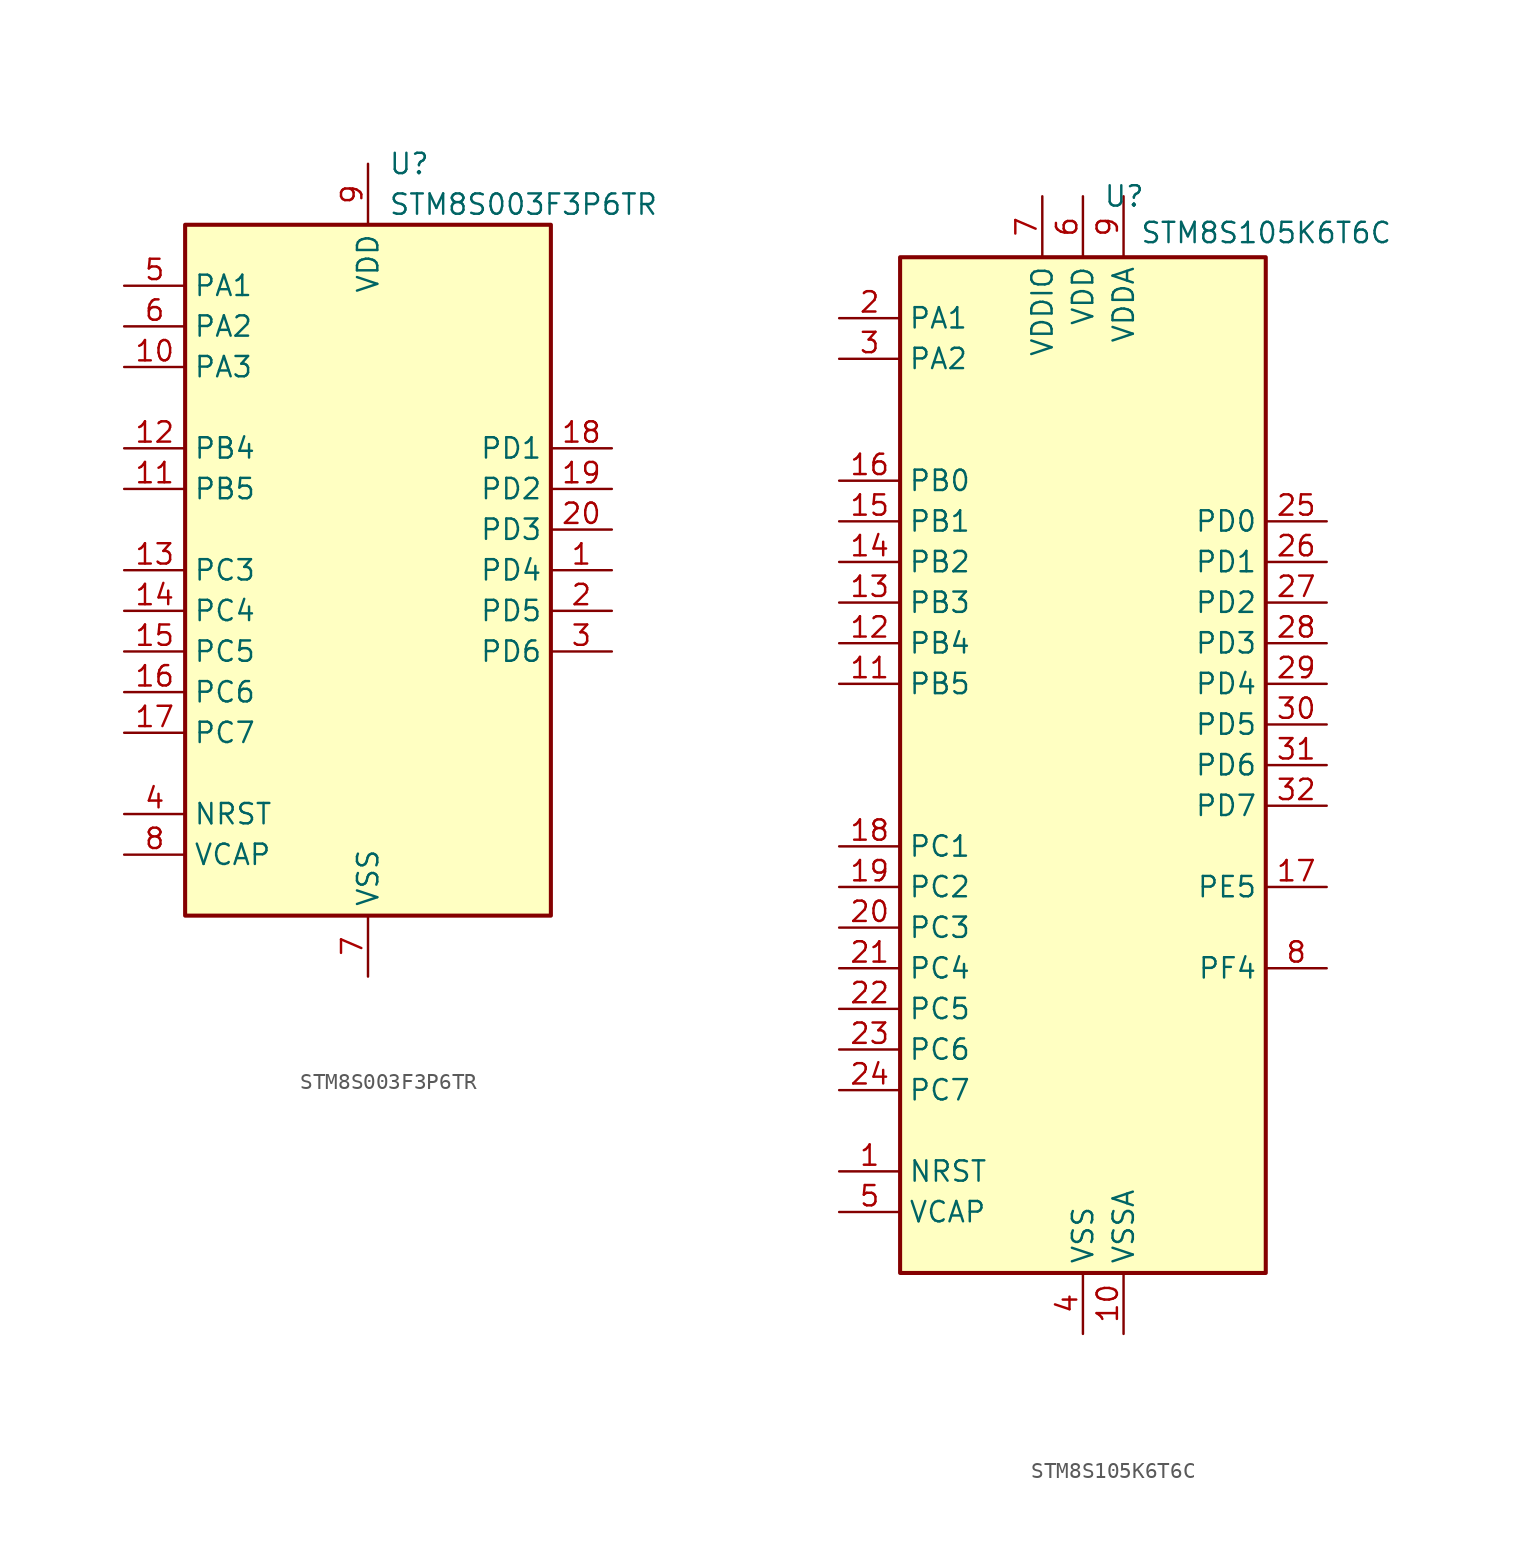
<source format=kicad_sym>
(kicad_symbol_lib
  (version 20231120)
  (generator "kicad_symbol_editor")
  (generator_version "8.0")
  (symbol "STM8S003F3P6TR"
    (property "Reference" "U"
      (at 1.27 25.4 0)
      (effects (font (size 1.27 1.27)) (justify left)))
    (property "Value" "STM8S003F3P6TR"
      (at 1.27 22.86 0)
      (effects (font (size 1.27 1.27)) (justify left)))
    (symbol "STM8S003F3P6TR_0_1"
      (rectangle (start -11.43 21.59) (end 11.43 -21.59) (stroke (width 0.254) (type default)) (fill (type background))))
    (symbol "STM8S003F3P6TR_1_1"
      (pin bidirectional line (at 15.24 0 180) (length 3.81) (name "PD4" (effects (font (size 1.27 1.27)))) (number "1" (effects (font (size 1.27 1.27)))))
      (pin bidirectional line (at -15.24 12.7 0) (length 3.81) (name "PA3" (effects (font (size 1.27 1.27)))) (number "10" (effects (font (size 1.27 1.27)))))
      (pin bidirectional line (at -15.24 5.08 0) (length 3.81) (name "PB5" (effects (font (size 1.27 1.27)))) (number "11" (effects (font (size 1.27 1.27)))))
      (pin bidirectional line (at -15.24 7.62 0) (length 3.81) (name "PB4" (effects (font (size 1.27 1.27)))) (number "12" (effects (font (size 1.27 1.27)))))
      (pin bidirectional line (at -15.24 0 0) (length 3.81) (name "PC3" (effects (font (size 1.27 1.27)))) (number "13" (effects (font (size 1.27 1.27)))))
      (pin bidirectional line (at -15.24 -2.54 0) (length 3.81) (name "PC4" (effects (font (size 1.27 1.27)))) (number "14" (effects (font (size 1.27 1.27)))))
      (pin bidirectional line (at -15.24 -5.08 0) (length 3.81) (name "PC5" (effects (font (size 1.27 1.27)))) (number "15" (effects (font (size 1.27 1.27)))))
      (pin bidirectional line (at -15.24 -7.62 0) (length 3.81) (name "PC6" (effects (font (size 1.27 1.27)))) (number "16" (effects (font (size 1.27 1.27)))))
      (pin bidirectional line (at -15.24 -10.16 0) (length 3.81) (name "PC7" (effects (font (size 1.27 1.27)))) (number "17" (effects (font (size 1.27 1.27)))))
      (pin bidirectional line (at 15.24 7.62 180) (length 3.81) (name "PD1" (effects (font (size 1.27 1.27)))) (number "18" (effects (font (size 1.27 1.27)))))
      (pin bidirectional line (at 15.24 5.08 180) (length 3.81) (name "PD2" (effects (font (size 1.27 1.27)))) (number "19" (effects (font (size 1.27 1.27)))))
      (pin bidirectional line (at 15.24 -2.54 180) (length 3.81) (name "PD5" (effects (font (size 1.27 1.27)))) (number "2" (effects (font (size 1.27 1.27)))))
      (pin bidirectional line (at 15.24 2.54 180) (length 3.81) (name "PD3" (effects (font (size 1.27 1.27)))) (number "20" (effects (font (size 1.27 1.27)))))
      (pin bidirectional line (at 15.24 -5.08 180) (length 3.81) (name "PD6" (effects (font (size 1.27 1.27)))) (number "3" (effects (font (size 1.27 1.27)))))
      (pin input line (at -15.24 -15.24 0) (length 3.81) (name "NRST" (effects (font (size 1.27 1.27)))) (number "4" (effects (font (size 1.27 1.27)))))
      (pin bidirectional line (at -15.24 17.78 0) (length 3.81) (name "PA1" (effects (font (size 1.27 1.27)))) (number "5" (effects (font (size 1.27 1.27)))))
      (pin bidirectional line (at -15.24 15.24 0) (length 3.81) (name "PA2" (effects (font (size 1.27 1.27)))) (number "6" (effects (font (size 1.27 1.27)))))
      (pin power_in line (at 0 -25.4 90) (length 3.81) (name "VSS" (effects (font (size 1.27 1.27)))) (number "7" (effects (font (size 1.27 1.27)))))
      (pin passive line (at -15.24 -17.78 0) (length 3.81) (name "VCAP" (effects (font (size 1.27 1.27)))) (number "8" (effects (font (size 1.27 1.27)))))
      (pin power_in line (at 0 25.4 270) (length 3.81) (name "VDD" (effects (font (size 1.27 1.27)))) (number "9" (effects (font (size 1.27 1.27)))))))
  (symbol "STM8S105K6T6C"
    (property "Reference" "U"
      (at 1.27 35.56 0)
      (effects (font (size 1.27 1.27)) (justify left)))
    (property "Value" "STM8S105K6T6C"
      (at 3.556 33.274 0)
      (effects (font (size 1.27 1.27)) (justify left)))
    (symbol "STM8S105K6T6C_0_1"
      (rectangle (start -11.43 31.75) (end 11.43 -31.75) (stroke (width 0.254) (type default)) (fill (type background))))
    (symbol "STM8S105K6T6C_1_1"
      (pin input line (at -15.24 -25.4 0) (length 3.81) (name "NRST" (effects (font (size 1.27 1.27)))) (number "1" (effects (font (size 1.27 1.27)))))
      (pin power_in line (at 2.54 -35.56 90) (length 3.81) (name "VSSA" (effects (font (size 1.27 1.27)))) (number "10" (effects (font (size 1.27 1.27)))))
      (pin bidirectional line (at -15.24 5.08 0) (length 3.81) (name "PB5" (effects (font (size 1.27 1.27)))) (number "11" (effects (font (size 1.27 1.27)))))
      (pin bidirectional line (at -15.24 7.62 0) (length 3.81) (name "PB4" (effects (font (size 1.27 1.27)))) (number "12" (effects (font (size 1.27 1.27)))))
      (pin bidirectional line (at -15.24 10.16 0) (length 3.81) (name "PB3" (effects (font (size 1.27 1.27)))) (number "13" (effects (font (size 1.27 1.27)))))
      (pin bidirectional line (at -15.24 12.7 0) (length 3.81) (name "PB2" (effects (font (size 1.27 1.27)))) (number "14" (effects (font (size 1.27 1.27)))))
      (pin bidirectional line (at -15.24 15.24 0) (length 3.81) (name "PB1" (effects (font (size 1.27 1.27)))) (number "15" (effects (font (size 1.27 1.27)))))
      (pin bidirectional line (at -15.24 17.78 0) (length 3.81) (name "PB0" (effects (font (size 1.27 1.27)))) (number "16" (effects (font (size 1.27 1.27)))))
      (pin bidirectional line (at 15.24 -7.62 180) (length 3.81) (name "PE5" (effects (font (size 1.27 1.27)))) (number "17" (effects (font (size 1.27 1.27)))))
      (pin bidirectional line (at -15.24 -5.08 0) (length 3.81) (name "PC1" (effects (font (size 1.27 1.27)))) (number "18" (effects (font (size 1.27 1.27)))))
      (pin bidirectional line (at -15.24 -7.62 0) (length 3.81) (name "PC2" (effects (font (size 1.27 1.27)))) (number "19" (effects (font (size 1.27 1.27)))))
      (pin bidirectional line (at -15.24 27.94 0) (length 3.81) (name "PA1" (effects (font (size 1.27 1.27)))) (number "2" (effects (font (size 1.27 1.27)))))
      (pin bidirectional line (at -15.24 -10.16 0) (length 3.81) (name "PC3" (effects (font (size 1.27 1.27)))) (number "20" (effects (font (size 1.27 1.27)))))
      (pin bidirectional line (at -15.24 -12.7 0) (length 3.81) (name "PC4" (effects (font (size 1.27 1.27)))) (number "21" (effects (font (size 1.27 1.27)))))
      (pin bidirectional line (at -15.24 -15.24 0) (length 3.81) (name "PC5" (effects (font (size 1.27 1.27)))) (number "22" (effects (font (size 1.27 1.27)))))
      (pin bidirectional line (at -15.24 -17.78 0) (length 3.81) (name "PC6" (effects (font (size 1.27 1.27)))) (number "23" (effects (font (size 1.27 1.27)))))
      (pin bidirectional line (at -15.24 -20.32 0) (length 3.81) (name "PC7" (effects (font (size 1.27 1.27)))) (number "24" (effects (font (size 1.27 1.27)))))
      (pin bidirectional line (at 15.24 15.24 180) (length 3.81) (name "PD0" (effects (font (size 1.27 1.27)))) (number "25" (effects (font (size 1.27 1.27)))))
      (pin bidirectional line (at 15.24 12.7 180) (length 3.81) (name "PD1" (effects (font (size 1.27 1.27)))) (number "26" (effects (font (size 1.27 1.27)))))
      (pin bidirectional line (at 15.24 10.16 180) (length 3.81) (name "PD2" (effects (font (size 1.27 1.27)))) (number "27" (effects (font (size 1.27 1.27)))))
      (pin bidirectional line (at 15.24 7.62 180) (length 3.81) (name "PD3" (effects (font (size 1.27 1.27)))) (number "28" (effects (font (size 1.27 1.27)))))
      (pin bidirectional line (at 15.24 5.08 180) (length 3.81) (name "PD4" (effects (font (size 1.27 1.27)))) (number "29" (effects (font (size 1.27 1.27)))))
      (pin bidirectional line (at -15.24 25.4 0) (length 3.81) (name "PA2" (effects (font (size 1.27 1.27)))) (number "3" (effects (font (size 1.27 1.27)))))
      (pin bidirectional line (at 15.24 2.54 180) (length 3.81) (name "PD5" (effects (font (size 1.27 1.27)))) (number "30" (effects (font (size 1.27 1.27)))))
      (pin bidirectional line (at 15.24 0 180) (length 3.81) (name "PD6" (effects (font (size 1.27 1.27)))) (number "31" (effects (font (size 1.27 1.27)))))
      (pin bidirectional line (at 15.24 -2.54 180) (length 3.81) (name "PD7" (effects (font (size 1.27 1.27)))) (number "32" (effects (font (size 1.27 1.27)))))
      (pin power_in line (at 0 -35.56 90) (length 3.81) (name "VSS" (effects (font (size 1.27 1.27)))) (number "4" (effects (font (size 1.27 1.27)))))
      (pin input line (at -15.24 -27.94 0) (length 3.81) (name "VCAP" (effects (font (size 1.27 1.27)))) (number "5" (effects (font (size 1.27 1.27)))))
      (pin power_in line (at 0 35.56 270) (length 3.81) (name "VDD" (effects (font (size 1.27 1.27)))) (number "6" (effects (font (size 1.27 1.27)))))
      (pin power_in line (at -2.54 35.56 270) (length 3.81) (name "VDDIO" (effects (font (size 1.27 1.27)))) (number "7" (effects (font (size 1.27 1.27)))))
      (pin bidirectional line (at 15.24 -12.7 180) (length 3.81) (name "PF4" (effects (font (size 1.27 1.27)))) (number "8" (effects (font (size 1.27 1.27)))))
      (pin power_in line (at 2.54 35.56 270) (length 3.81) (name "VDDA" (effects (font (size 1.27 1.27)))) (number "9" (effects (font (size 1.27 1.27))))))))
</source>
